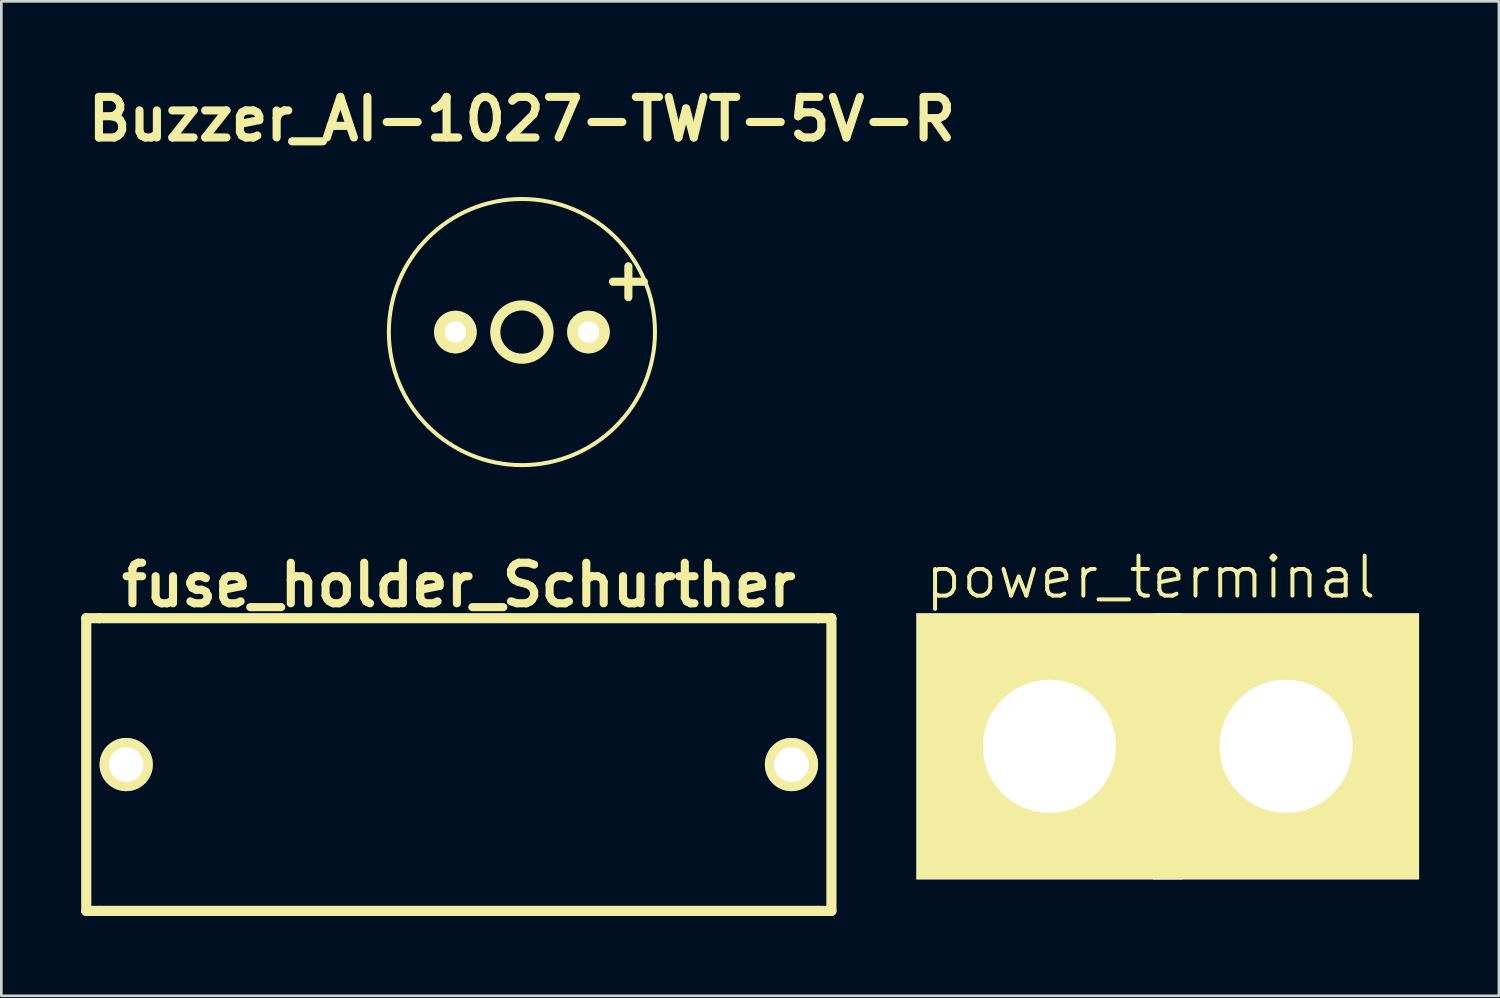
<source format=kicad_pcb>
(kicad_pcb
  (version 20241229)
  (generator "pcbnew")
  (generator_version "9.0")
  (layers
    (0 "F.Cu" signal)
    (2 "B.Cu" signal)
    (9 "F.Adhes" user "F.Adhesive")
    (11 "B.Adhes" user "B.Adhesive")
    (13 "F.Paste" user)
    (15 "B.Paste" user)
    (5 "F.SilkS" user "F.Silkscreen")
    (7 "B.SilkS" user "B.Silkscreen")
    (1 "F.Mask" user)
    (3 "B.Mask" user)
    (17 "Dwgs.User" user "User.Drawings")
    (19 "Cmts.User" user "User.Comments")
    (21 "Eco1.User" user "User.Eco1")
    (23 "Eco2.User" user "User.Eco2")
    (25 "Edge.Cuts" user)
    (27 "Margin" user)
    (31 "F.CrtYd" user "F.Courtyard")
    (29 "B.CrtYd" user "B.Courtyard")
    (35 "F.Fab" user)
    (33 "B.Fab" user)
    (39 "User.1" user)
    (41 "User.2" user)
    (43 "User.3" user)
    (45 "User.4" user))
  (footprint "Buzzer_AI-1027-TWT-5V-R"
    (layer "F.Cu")
    (at 16.561 9.427)
    (property "Reference" "Buzzer_AI-1027-TWT-5V-R" (at 0 -8.001 0) (layer "F.SilkS") (effects (font (size 1.524 1.524) (thickness 0.305))))
    (attr through_hole)
    (fp_circle (center 0 0) (end 1.001 0) (stroke (width 0.381) (type solid)) (fill no) (layer "F.SilkS"))
    (fp_circle (center 0 0) (end 5 0) (stroke (width 0.15) (type solid)) (fill no) (layer "F.SilkS"))
    (fp_text user "+" (at 4 -1.999 0) (layer "F.SilkS") (effects (font (size 1.524 1.524) (thickness 0.305))))
    (pad "1" thru_hole circle (at -2.5 0) (size 1.6 1.6) (drill 0.8) (layers "*.Cu" "*.Mask" "F.SilkS"))
    (pad "2" thru_hole circle (at 2.5 0) (size 1.6 1.6) (drill 0.8) (layers "*.Cu" "*.Mask" "F.SilkS")))
  (footprint "fuse_holder_Schurther"
    (layer "F.Cu")
    (at 14.191 25.678)
    (property "Reference" "fuse_holder_Schurther" (at 0 -6.749 0) (layer "F.SilkS") (effects (font (size 1.524 1.524) (thickness 0.305))))
    (attr through_hole)
    (fp_line (start -14 -5.499) (end -13.5 -5.499) (stroke (width 0.381) (type solid)) (layer "F.SilkS"))
    (fp_line (start -14 5.499) (end -14 -5.499) (stroke (width 0.381) (type solid)) (layer "F.SilkS"))
    (fp_line (start -14 5.499) (end -13.5 5.499) (stroke (width 0.381) (type solid)) (layer "F.SilkS"))
    (fp_line (start -13.5 -5.499) (end 13.5 -5.499) (stroke (width 0.381) (type solid)) (layer "F.SilkS"))
    (fp_line (start 13.5 -5.499) (end 14 -5.499) (stroke (width 0.381) (type solid)) (layer "F.SilkS"))
    (fp_line (start 13.5 5.499) (end -13.5 5.499) (stroke (width 0.381) (type solid)) (layer "F.SilkS"))
    (fp_line (start 13.5 5.499) (end 14 5.499) (stroke (width 0.381) (type solid)) (layer "F.SilkS"))
    (fp_line (start 14 -5.499) (end 14 5.499) (stroke (width 0.381) (type solid)) (layer "F.SilkS"))
    (pad "1" thru_hole circle (at -12.499 0) (size 1.999 1.999) (drill 1.3) (layers "*.Cu" "*.Mask" "F.SilkS"))
    (pad "2" thru_hole circle (at 12.499 0) (size 1.999 1.999) (drill 1.3) (layers "*.Cu" "*.Mask" "F.SilkS")))
  (footprint "power_terminal"
    (layer "F.Cu")
    (at 40.192 24.993)
    (property "Reference" "power_terminal" (at 0 -6.35 0) (layer "F.SilkS") (effects (font (size 1.5 1.5) (thickness 0.15))))
    (attr through_hole)
    (pad "1" thru_hole rect (at -3.81 0) (size 10 10) (drill 5) (layers "*.Cu" "*.Mask" "F.SilkS"))
    (pad "1" thru_hole rect (at 5.08 0) (size 10 10) (drill 5) (layers "*.Cu" "*.Mask" "F.SilkS")))
  (gr_rect
    (start -3 -3)
    (end 53.272 34.367)
    (stroke (width 0.1) (type default))
    (fill no)
    (layer "Edge.Cuts")))
</source>
